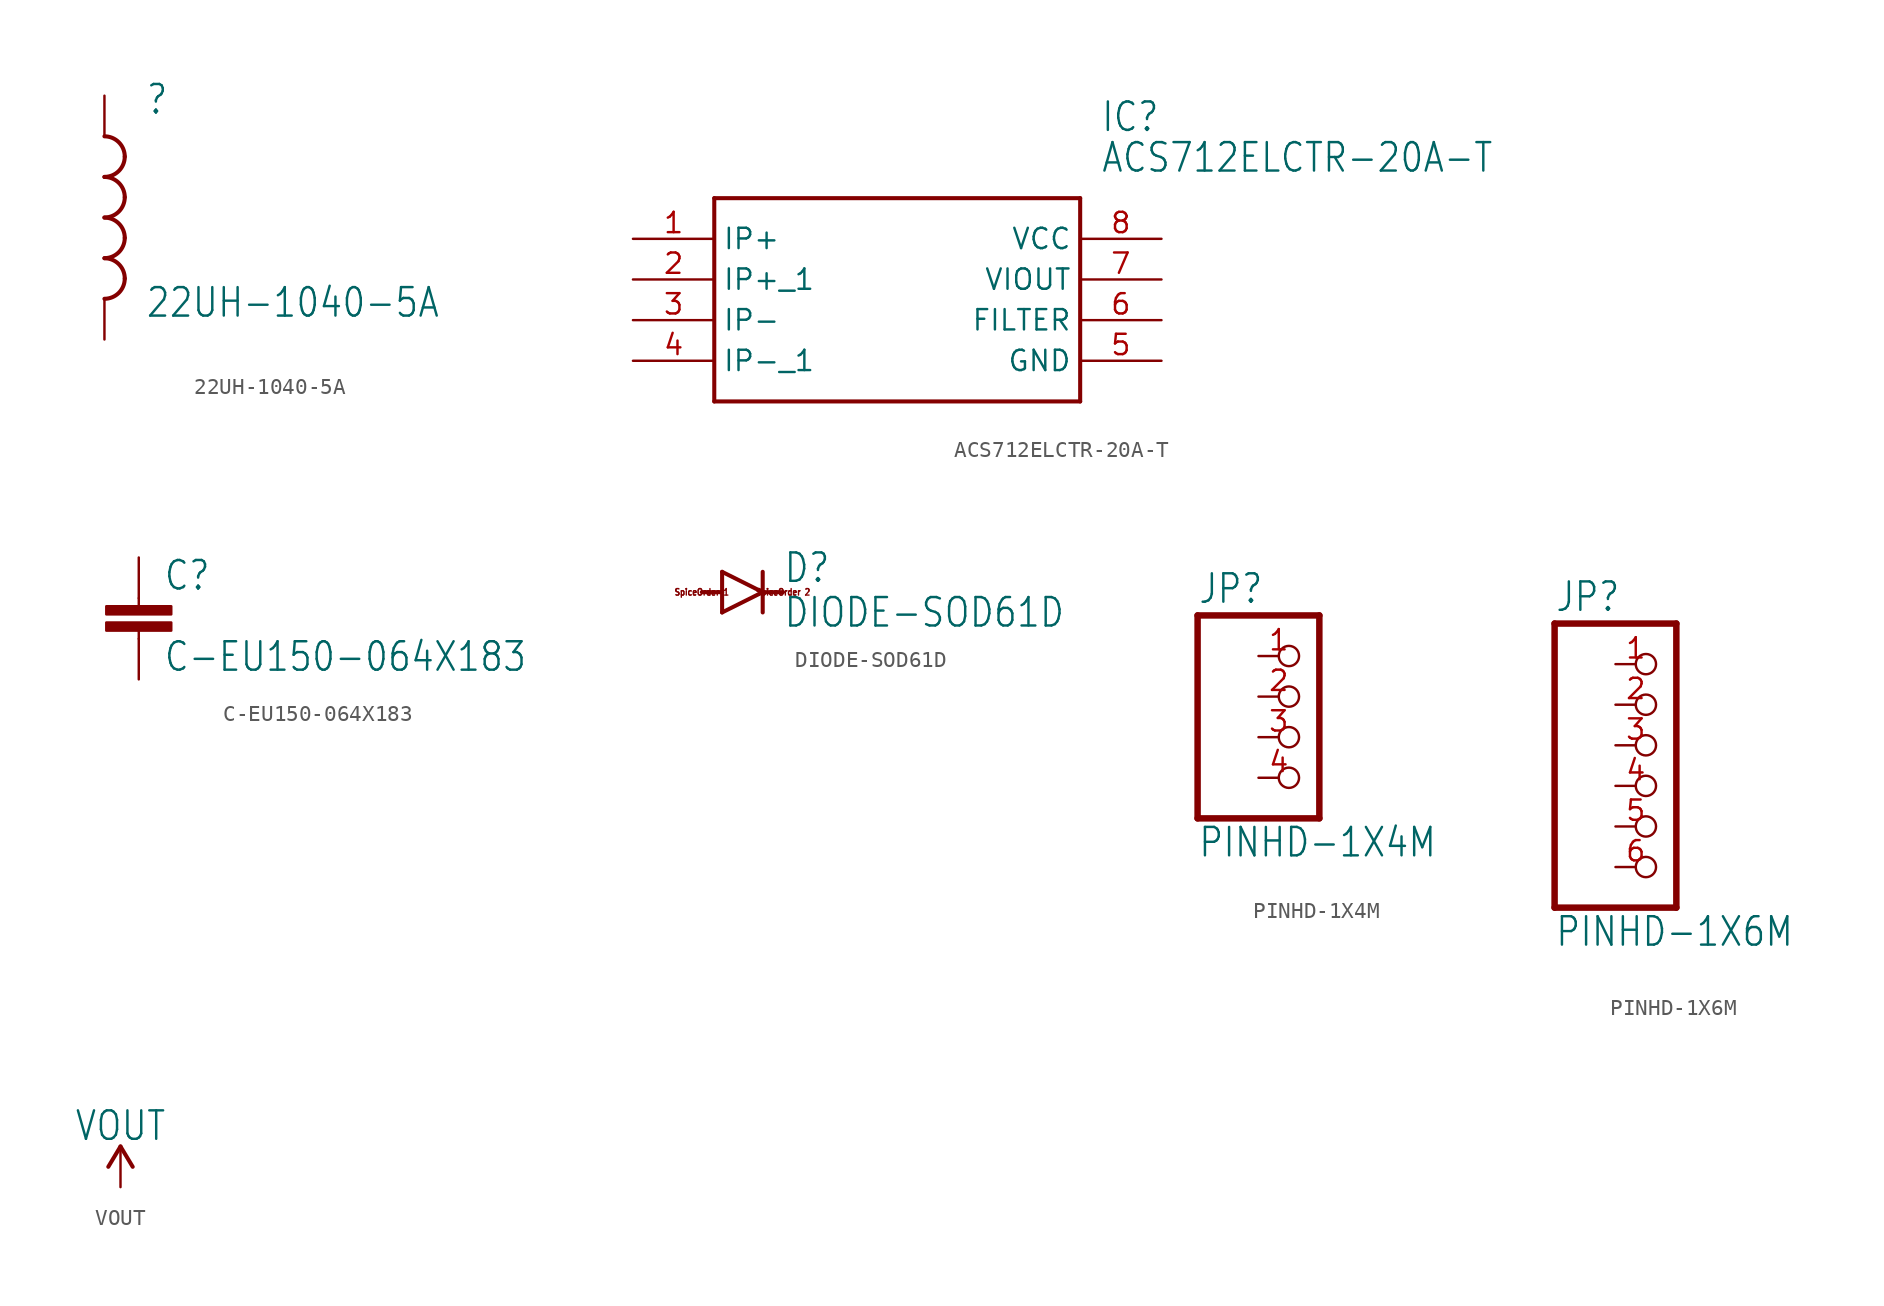
<source format=kicad_sym>
(kicad_symbol_lib
  (version 20211014)
  (generator kicad_symbol_editor)
  (symbol "22UH-1040-5A"
    (property "Reference" ""
      (at 2.54 6.35 0)
      (effects (font (size 1.778 1.511)) (justify left bottom)))
    (property "Value" "22UH-1040-5A"
      (at 2.54 -6.35 0)
      (effects (font (size 1.778 1.511)) (justify left bottom)))
    (property "ki_locked" ""
      (at 0 0 0)
      (effects (font (size 1.27 1.27))))
    (symbol "22UH-1040-5A_1_0"
      (arc (start 0 -5.08) (mid 0.898 -4.708) (end 1.27 -3.81) (stroke (width 0.254) (type default) (color 0 0 0 0)) (fill (type none)))
      (arc (start 0 -2.54) (mid 0.898 -2.168) (end 1.27 -1.27) (stroke (width 0.254) (type default) (color 0 0 0 0)) (fill (type none)))
      (arc (start 0 0) (mid 0.898 0.372) (end 1.27 1.27) (stroke (width 0.254) (type default) (color 0 0 0 0)) (fill (type none)))
      (arc (start 0 2.54) (mid 0.898 2.912) (end 1.27 3.81) (stroke (width 0.254) (type default) (color 0 0 0 0)) (fill (type none)))
      (arc (start 1.27 -3.81) (mid 0.898 -2.912) (end 0 -2.54) (stroke (width 0.254) (type default) (color 0 0 0 0)) (fill (type none)))
      (arc (start 1.27 -1.27) (mid 0.898 -0.372) (end 0 0) (stroke (width 0.254) (type default) (color 0 0 0 0)) (fill (type none)))
      (arc (start 1.27 1.27) (mid 0.898 2.168) (end 0 2.54) (stroke (width 0.254) (type default) (color 0 0 0 0)) (fill (type none)))
      (arc (start 1.27 3.81) (mid 0.898 4.708) (end 0 5.08) (stroke (width 0.254) (type default) (color 0 0 0 0)) (fill (type none)))
      (pin passive line (at 0 7.62 270) (length 2.54) (name "1" (effects (font (size 0 0)))) (number "P$1" (effects (font (size 0 0)))))
      (pin passive line (at 0 -7.62 90) (length 2.54) (name "2" (effects (font (size 0 0)))) (number "P$2" (effects (font (size 0 0)))))))
  (symbol "ACS712ELCTR-20A-T"
    (property "Reference" "IC"
      (at 13.97 10.16 0)
      (effects (font (size 1.778 1.511)) (justify left)))
    (property "Value" "ACS712ELCTR-20A-T"
      (at 13.97 7.62 0)
      (effects (font (size 1.778 1.511)) (justify left)))
    (property "ki_locked" ""
      (at 0 0 0)
      (effects (font (size 1.27 1.27))))
    (symbol "ACS712ELCTR-20A-T_1_0"
      (polyline (pts (xy -10.16 5.08) (xy -10.16 -7.62)) (stroke (width 0.254) (type default) (color 0 0 0 0)) (fill (type none)))
      (polyline (pts (xy -10.16 5.08) (xy 12.7 5.08)) (stroke (width 0.254) (type default) (color 0 0 0 0)) (fill (type none)))
      (polyline (pts (xy 12.7 -7.62) (xy -10.16 -7.62)) (stroke (width 0.254) (type default) (color 0 0 0 0)) (fill (type none)))
      (polyline (pts (xy 12.7 -7.62) (xy 12.7 5.08)) (stroke (width 0.254) (type default) (color 0 0 0 0)) (fill (type none)))
      (pin bidirectional line (at -15.24 2.54 0) (length 5.08) (name "IP+" (effects (font (size 1.27 1.27)))) (number "1" (effects (font (size 1.27 1.27)))))
      (pin bidirectional line (at -15.24 0 0) (length 5.08) (name "IP+_1" (effects (font (size 1.27 1.27)))) (number "2" (effects (font (size 1.27 1.27)))))
      (pin bidirectional line (at -15.24 -2.54 0) (length 5.08) (name "IP-" (effects (font (size 1.27 1.27)))) (number "3" (effects (font (size 1.27 1.27)))))
      (pin bidirectional line (at -15.24 -5.08 0) (length 5.08) (name "IP-_1" (effects (font (size 1.27 1.27)))) (number "4" (effects (font (size 1.27 1.27)))))
      (pin power_in line (at 17.78 -5.08 180) (length 5.08) (name "GND" (effects (font (size 1.27 1.27)))) (number "5" (effects (font (size 1.27 1.27)))))
      (pin bidirectional line (at 17.78 -2.54 180) (length 5.08) (name "FILTER" (effects (font (size 1.27 1.27)))) (number "6" (effects (font (size 1.27 1.27)))))
      (pin bidirectional line (at 17.78 0 180) (length 5.08) (name "VIOUT" (effects (font (size 1.27 1.27)))) (number "7" (effects (font (size 1.27 1.27)))))
      (pin power_in line (at 17.78 2.54 180) (length 5.08) (name "VCC" (effects (font (size 1.27 1.27)))) (number "8" (effects (font (size 1.27 1.27)))))))
  (symbol "C-EU150-064X183"
    (property "Reference" "C"
      (at 1.524 0.381 0)
      (effects (font (size 1.778 1.511)) (justify left bottom)))
    (property "Value" "C-EU150-064X183"
      (at 1.524 -4.699 0)
      (effects (font (size 1.778 1.511)) (justify left bottom)))
    (property "ki_locked" ""
      (at 0 0 0)
      (effects (font (size 1.27 1.27))))
    (symbol "C-EU150-064X183_1_0"
      (rectangle (start -2.032 -2.032) (end 2.032 -1.524) (stroke (width 0) (type default) (color 0 0 0 0)) (fill (type outline)))
      (rectangle (start -2.032 -1.016) (end 2.032 -0.508) (stroke (width 0) (type default) (color 0 0 0 0)) (fill (type outline)))
      (polyline (pts (xy 0 -2.54) (xy 0 -2.032)) (stroke (width 0.152) (type default) (color 0 0 0 0)) (fill (type none)))
      (polyline (pts (xy 0 0) (xy 0 -0.508)) (stroke (width 0.152) (type default) (color 0 0 0 0)) (fill (type none)))
      (pin passive line (at 0 2.54 270) (length 2.54) (name "1" (effects (font (size 0 0)))) (number "1" (effects (font (size 0 0)))))
      (pin passive line (at 0 -5.08 90) (length 2.54) (name "2" (effects (font (size 0 0)))) (number "2" (effects (font (size 0 0)))))))
  (symbol "DIODE-SOD61D"
    (property "Reference" "D"
      (at 2.54 0.483 0)
      (effects (font (size 1.778 1.511)) (justify left bottom)))
    (property "Value" "DIODE-SOD61D"
      (at 2.54 -2.311 0)
      (effects (font (size 1.778 1.511)) (justify left bottom)))
    (property "ki_locked" ""
      (at 0 0 0)
      (effects (font (size 1.27 1.27))))
    (symbol "DIODE-SOD61D_1_0"
      (polyline (pts (xy -1.27 -1.27) (xy 1.27 0)) (stroke (width 0.254) (type default) (color 0 0 0 0)) (fill (type none)))
      (polyline (pts (xy -1.27 0) (xy -2.54 0)) (stroke (width 0.254) (type default) (color 0 0 0 0)) (fill (type none)))
      (polyline (pts (xy -1.27 0) (xy -1.27 -1.27)) (stroke (width 0.254) (type default) (color 0 0 0 0)) (fill (type none)))
      (polyline (pts (xy -1.27 1.27) (xy -1.27 0)) (stroke (width 0.254) (type default) (color 0 0 0 0)) (fill (type none)))
      (polyline (pts (xy 1.27 0) (xy -1.27 1.27)) (stroke (width 0.254) (type default) (color 0 0 0 0)) (fill (type none)))
      (polyline (pts (xy 1.27 0) (xy 1.27 -1.27)) (stroke (width 0.254) (type default) (color 0 0 0 0)) (fill (type none)))
      (polyline (pts (xy 1.27 1.27) (xy 1.27 0)) (stroke (width 0.254) (type default) (color 0 0 0 0)) (fill (type none)))
      (polyline (pts (xy 2.54 0) (xy 1.27 0)) (stroke (width 0.254) (type default) (color 0 0 0 0)) (fill (type none)))
      (text "SpiceOrder 1" (at -2.54 0 0) (effects (font (size 0.406 0.345))))
      (text "SpiceOrder 2" (at 2.54 0 0) (effects (font (size 0.406 0.345))))
      (pin passive line (at -2.54 0 0) (length 0) (name "A" (effects (font (size 0 0)))) (number "A" (effects (font (size 0 0)))))
      (pin passive line (at 2.54 0 180) (length 0) (name "C" (effects (font (size 0 0)))) (number "C" (effects (font (size 0 0)))))))
  (symbol "PINHD-1X4M"
    (property "Reference" "JP"
      (at -6.35 8.255 0)
      (effects (font (size 1.778 1.511)) (justify left bottom)))
    (property "Value" "PINHD-1X4M"
      (at -6.35 -7.62 0)
      (effects (font (size 1.778 1.511)) (justify left bottom)))
    (property "ki_locked" ""
      (at 0 0 0)
      (effects (font (size 1.27 1.27))))
    (symbol "PINHD-1X4M_1_0"
      (polyline (pts (xy -6.35 -5.08) (xy 1.27 -5.08)) (stroke (width 0.406) (type default) (color 0 0 0 0)) (fill (type none)))
      (polyline (pts (xy -6.35 7.62) (xy -6.35 -5.08)) (stroke (width 0.406) (type default) (color 0 0 0 0)) (fill (type none)))
      (polyline (pts (xy 1.27 -5.08) (xy 1.27 7.62)) (stroke (width 0.406) (type default) (color 0 0 0 0)) (fill (type none)))
      (polyline (pts (xy 1.27 7.62) (xy -6.35 7.62)) (stroke (width 0.406) (type default) (color 0 0 0 0)) (fill (type none)))
      (pin passive inverted (at -2.54 5.08 0) (length 2.54) (name "1" (effects (font (size 0 0)))) (number "1" (effects (font (size 1.27 1.27)))))
      (pin passive inverted (at -2.54 2.54 0) (length 2.54) (name "2" (effects (font (size 0 0)))) (number "2" (effects (font (size 1.27 1.27)))))
      (pin passive inverted (at -2.54 0 0) (length 2.54) (name "3" (effects (font (size 0 0)))) (number "3" (effects (font (size 1.27 1.27)))))
      (pin passive inverted (at -2.54 -2.54 0) (length 2.54) (name "4" (effects (font (size 0 0)))) (number "4" (effects (font (size 1.27 1.27)))))))
  (symbol "PINHD-1X6M"
    (property "Reference" "JP"
      (at -6.35 10.795 0)
      (effects (font (size 1.778 1.511)) (justify left bottom)))
    (property "Value" "PINHD-1X6M"
      (at -6.35 -10.16 0)
      (effects (font (size 1.778 1.511)) (justify left bottom)))
    (property "ki_locked" ""
      (at 0 0 0)
      (effects (font (size 1.27 1.27))))
    (symbol "PINHD-1X6M_1_0"
      (polyline (pts (xy -6.35 -7.62) (xy 1.27 -7.62)) (stroke (width 0.406) (type default) (color 0 0 0 0)) (fill (type none)))
      (polyline (pts (xy -6.35 10.16) (xy -6.35 -7.62)) (stroke (width 0.406) (type default) (color 0 0 0 0)) (fill (type none)))
      (polyline (pts (xy 1.27 -7.62) (xy 1.27 10.16)) (stroke (width 0.406) (type default) (color 0 0 0 0)) (fill (type none)))
      (polyline (pts (xy 1.27 10.16) (xy -6.35 10.16)) (stroke (width 0.406) (type default) (color 0 0 0 0)) (fill (type none)))
      (pin passive inverted (at -2.54 7.62 0) (length 2.54) (name "1" (effects (font (size 0 0)))) (number "1" (effects (font (size 1.27 1.27)))))
      (pin passive inverted (at -2.54 5.08 0) (length 2.54) (name "2" (effects (font (size 0 0)))) (number "2" (effects (font (size 1.27 1.27)))))
      (pin passive inverted (at -2.54 2.54 0) (length 2.54) (name "3" (effects (font (size 0 0)))) (number "3" (effects (font (size 1.27 1.27)))))
      (pin passive inverted (at -2.54 0 0) (length 2.54) (name "4" (effects (font (size 0 0)))) (number "4" (effects (font (size 1.27 1.27)))))
      (pin passive inverted (at -2.54 -2.54 0) (length 2.54) (name "5" (effects (font (size 0 0)))) (number "5" (effects (font (size 1.27 1.27)))))
      (pin passive inverted (at -2.54 -5.08 0) (length 2.54) (name "6" (effects (font (size 0 0)))) (number "6" (effects (font (size 1.27 1.27)))))))
  (symbol "VOUT"
    (power)
    (property "Reference" "#SUPPLY"
      (at 0 0 0)
      (effects (font (size 1.27 1.27)) hide))
    (property "Value" "VOUT"
      (at 0 2.794 0)
      (effects (font (size 1.778 1.511)) (justify bottom)))
    (property "ki_locked" ""
      (at 0 0 0)
      (effects (font (size 1.27 1.27))))
    (symbol "VOUT_1_0"
      (polyline (pts (xy 0 2.54) (xy -0.762 1.27)) (stroke (width 0.254) (type default) (color 0 0 0 0)) (fill (type none)))
      (polyline (pts (xy 0.762 1.27) (xy 0 2.54)) (stroke (width 0.254) (type default) (color 0 0 0 0)) (fill (type none)))
      (pin power_in line (at 0 0 90) (length 2.54) (name "VOUT" (effects (font (size 0 0)))) (number "1" (effects (font (size 0 0))))))))
</source>
